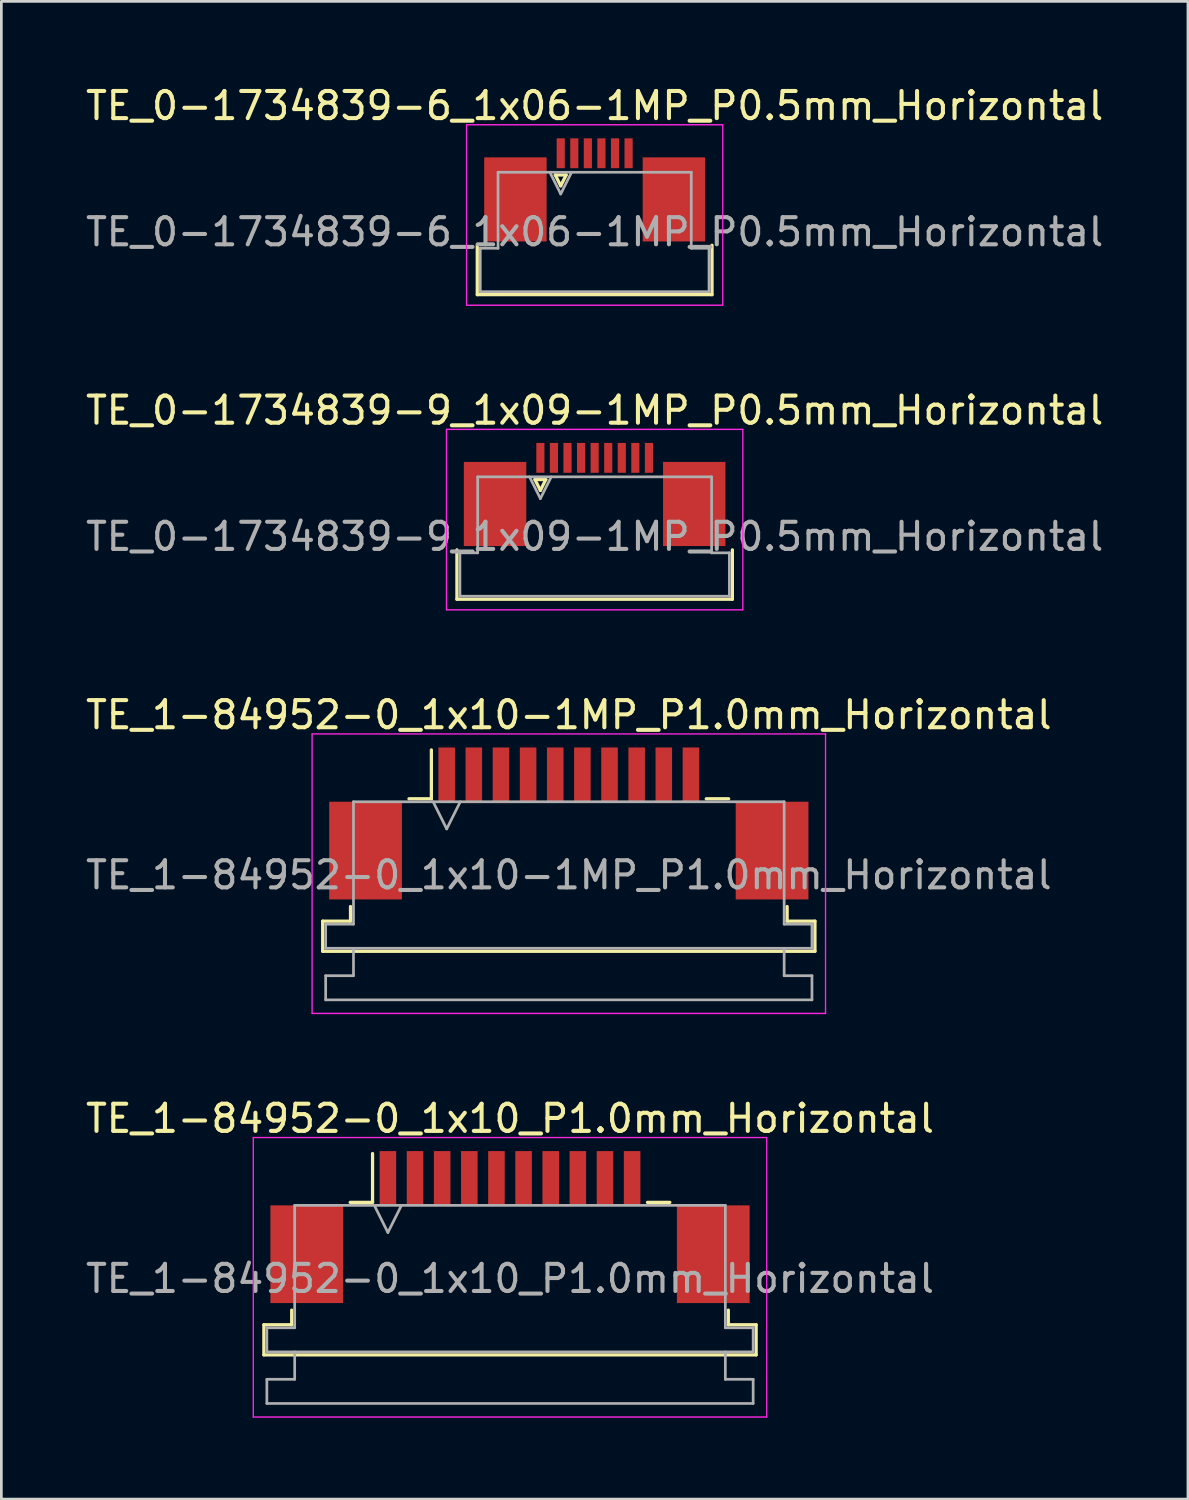
<source format=kicad_pcb>
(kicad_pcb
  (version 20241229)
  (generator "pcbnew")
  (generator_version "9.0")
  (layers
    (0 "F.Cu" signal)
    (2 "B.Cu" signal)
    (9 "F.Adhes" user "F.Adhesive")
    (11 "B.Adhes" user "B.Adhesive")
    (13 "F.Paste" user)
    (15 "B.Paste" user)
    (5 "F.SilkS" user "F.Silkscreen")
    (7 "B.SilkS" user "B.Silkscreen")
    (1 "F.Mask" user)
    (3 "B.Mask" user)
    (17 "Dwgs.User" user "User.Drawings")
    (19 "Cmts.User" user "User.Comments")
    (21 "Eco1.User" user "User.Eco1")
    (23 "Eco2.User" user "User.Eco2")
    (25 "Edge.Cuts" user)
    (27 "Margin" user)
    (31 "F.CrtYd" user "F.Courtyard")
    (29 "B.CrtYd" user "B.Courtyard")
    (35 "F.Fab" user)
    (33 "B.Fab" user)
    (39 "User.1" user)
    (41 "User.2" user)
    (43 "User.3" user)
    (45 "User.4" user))
  (footprint "TE_0-1734839-6_1x06-1MP_P0.5mm_Horizontal"
    (layer "F.Cu")
    (at 18.863 3.948)
    (property "Reference" "TE_0-1734839-6_1x06-1MP_P0.5mm_Horizontal" (at 0 -3.1 0) (layer "F.SilkS") (effects (font (size 1 1) (thickness 0.15))))
    (attr smd)
    (fp_line (start -4.325 3.86) (end -4.325 2.04) (stroke (width 0.12) (type solid)) (layer "F.SilkS"))
    (fp_line (start -1.45 -0.55) (end -1.25 -0.15) (stroke (width 0.12) (type solid)) (layer "F.SilkS"))
    (fp_line (start -1.25 -0.15) (end -1.05 -0.55) (stroke (width 0.12) (type solid)) (layer "F.SilkS"))
    (fp_line (start -1.05 -0.55) (end -1.45 -0.55) (stroke (width 0.12) (type solid)) (layer "F.SilkS"))
    (fp_line (start 4.325 2.04) (end 4.325 3.86) (stroke (width 0.12) (type solid)) (layer "F.SilkS"))
    (fp_line (start 4.325 3.86) (end -4.325 3.86) (stroke (width 0.12) (type solid)) (layer "F.SilkS"))
    (fp_line (start -4.72 -2.4) (end -4.72 4.25) (stroke (width 0.05) (type solid)) (layer "F.CrtYd"))
    (fp_line (start -4.72 4.25) (end 4.72 4.25) (stroke (width 0.05) (type solid)) (layer "F.CrtYd"))
    (fp_line (start 4.72 -2.4) (end -4.72 -2.4) (stroke (width 0.05) (type solid)) (layer "F.CrtYd"))
    (fp_line (start 4.72 4.25) (end 4.72 -2.4) (stroke (width 0.05) (type solid)) (layer "F.CrtYd"))
    (fp_line (start -4.215 2.15) (end -3.56 2.15) (stroke (width 0.1) (type solid)) (layer "F.Fab"))
    (fp_line (start -4.215 3.75) (end -4.215 2.15) (stroke (width 0.1) (type solid)) (layer "F.Fab"))
    (fp_line (start -3.56 -0.65) (end 3.56 -0.65) (stroke (width 0.1) (type solid)) (layer "F.Fab"))
    (fp_line (start -3.56 2.15) (end -3.56 -0.65) (stroke (width 0.1) (type solid)) (layer "F.Fab"))
    (fp_line (start -1.65 -0.65) (end -1.25 0.15) (stroke (width 0.1) (type solid)) (layer "F.Fab"))
    (fp_line (start -1.25 0.15) (end -0.85 -0.65) (stroke (width 0.1) (type solid)) (layer "F.Fab"))
    (fp_line (start 3.56 -0.65) (end 3.56 2.15) (stroke (width 0.1) (type solid)) (layer "F.Fab"))
    (fp_line (start 3.56 2.15) (end 4.215 2.15) (stroke (width 0.1) (type solid)) (layer "F.Fab"))
    (fp_line (start 4.215 2.15) (end 4.215 3.75) (stroke (width 0.1) (type solid)) (layer "F.Fab"))
    (fp_line (start 4.215 3.75) (end -4.215 3.75) (stroke (width 0.1) (type solid)) (layer "F.Fab"))
    (fp_text user "${REFERENCE}" (at 0 1.55 0) (layer "F.Fab") (effects (font (size 1 1) (thickness 0.15))))
    (pad "1" smd rect (at -1.25 -1.35) (size 0.3 1.1) (layers "F.Cu" "F.Mask" "F.Paste"))
    (pad "2" smd rect (at -0.75 -1.35) (size 0.3 1.1) (layers "F.Cu" "F.Mask" "F.Paste"))
    (pad "3" smd rect (at -0.25 -1.35) (size 0.3 1.1) (layers "F.Cu" "F.Mask" "F.Paste"))
    (pad "4" smd rect (at 0.25 -1.35) (size 0.3 1.1) (layers "F.Cu" "F.Mask" "F.Paste"))
    (pad "5" smd rect (at 0.75 -1.35) (size 0.3 1.1) (layers "F.Cu" "F.Mask" "F.Paste"))
    (pad "6" smd rect (at 1.25 -1.35) (size 0.3 1.1) (layers "F.Cu" "F.Mask" "F.Paste"))
    (pad "MP" smd rect (at -2.92 0.35) (size 2.3 3.1) (layers "F.Cu" "F.Mask" "F.Paste"))
    (pad "MP" smd rect (at 2.92 0.35) (size 2.3 3.1) (layers "F.Cu" "F.Mask" "F.Paste")))
  (footprint "TE_1-84952-0_1x10_P1.0mm_Horizontal"
    (layer "F.Cu")
    (at 15.744 42.168)
    (property "Reference" "TE_1-84952-0_1x10_P1.0mm_Horizontal" (at 0 -4 0) (layer "F.SilkS") (effects (font (size 1 1) (thickness 0.15))))
    (attr smd)
    (fp_line (start -9.07 3.6) (end -8.045 3.6) (stroke (width 0.12) (type solid)) (layer "F.SilkS"))
    (fp_line (start -9.07 4.71) (end -9.07 3.6) (stroke (width 0.12) (type solid)) (layer "F.SilkS"))
    (fp_line (start -8.045 3.6) (end -8.045 3.06) (stroke (width 0.12) (type solid)) (layer "F.SilkS"))
    (fp_line (start -5.89 -0.91) (end -5.065 -0.91) (stroke (width 0.12) (type solid)) (layer "F.SilkS"))
    (fp_line (start -5.065 -0.91) (end -5.065 -2.71) (stroke (width 0.12) (type solid)) (layer "F.SilkS"))
    (fp_line (start 5.065 -0.91) (end 5.89 -0.91) (stroke (width 0.12) (type solid)) (layer "F.SilkS"))
    (fp_line (start 8.045 3.06) (end 8.045 3.6) (stroke (width 0.12) (type solid)) (layer "F.SilkS"))
    (fp_line (start 8.045 3.6) (end 9.07 3.6) (stroke (width 0.12) (type solid)) (layer "F.SilkS"))
    (fp_line (start 9.07 3.6) (end 9.07 4.71) (stroke (width 0.12) (type solid)) (layer "F.SilkS"))
    (fp_line (start 9.07 4.71) (end -9.07 4.71) (stroke (width 0.12) (type solid)) (layer "F.SilkS"))
    (fp_line (start -9.46 -3.3) (end -9.46 7) (stroke (width 0.05) (type solid)) (layer "F.CrtYd"))
    (fp_line (start -9.46 7) (end 9.46 7) (stroke (width 0.05) (type solid)) (layer "F.CrtYd"))
    (fp_line (start 9.46 -3.3) (end -9.46 -3.3) (stroke (width 0.05) (type solid)) (layer "F.CrtYd"))
    (fp_line (start 9.46 7) (end 9.46 -3.3) (stroke (width 0.05) (type solid)) (layer "F.CrtYd"))
    (fp_line (start -8.96 3.71) (end -7.935 3.71) (stroke (width 0.1) (type solid)) (layer "F.Fab"))
    (fp_line (start -8.96 4.6) (end -8.96 3.71) (stroke (width 0.1) (type solid)) (layer "F.Fab"))
    (fp_line (start -8.96 5.61) (end -7.935 5.61) (stroke (width 0.1) (type solid)) (layer "F.Fab"))
    (fp_line (start -8.96 6.5) (end -8.96 5.61) (stroke (width 0.1) (type solid)) (layer "F.Fab"))
    (fp_line (start -7.935 -0.8) (end 7.935 -0.8) (stroke (width 0.1) (type solid)) (layer "F.Fab"))
    (fp_line (start -7.935 3.71) (end -7.935 -0.8) (stroke (width 0.1) (type solid)) (layer "F.Fab"))
    (fp_line (start -7.935 5.61) (end -7.935 4.6) (stroke (width 0.1) (type solid)) (layer "F.Fab"))
    (fp_line (start -5 -0.8) (end -4.5 0.2) (stroke (width 0.1) (type solid)) (layer "F.Fab"))
    (fp_line (start -4.5 0.2) (end -4 -0.8) (stroke (width 0.1) (type solid)) (layer "F.Fab"))
    (fp_line (start 7.935 -0.8) (end 7.935 3.71) (stroke (width 0.1) (type solid)) (layer "F.Fab"))
    (fp_line (start 7.935 3.71) (end 8.96 3.71) (stroke (width 0.1) (type solid)) (layer "F.Fab"))
    (fp_line (start 7.935 4.6) (end 7.935 5.61) (stroke (width 0.1) (type solid)) (layer "F.Fab"))
    (fp_line (start 7.935 5.61) (end 8.96 5.61) (stroke (width 0.1) (type solid)) (layer "F.Fab"))
    (fp_line (start 8.96 3.71) (end 8.96 4.6) (stroke (width 0.1) (type solid)) (layer "F.Fab"))
    (fp_line (start 8.96 4.6) (end -8.96 4.6) (stroke (width 0.1) (type solid)) (layer "F.Fab"))
    (fp_line (start 8.96 5.61) (end 8.96 6.5) (stroke (width 0.1) (type solid)) (layer "F.Fab"))
    (fp_line (start 8.96 6.5) (end -8.96 6.5) (stroke (width 0.1) (type solid)) (layer "F.Fab"))
    (fp_text user "${REFERENCE}" (at 0 1.9 0) (layer "F.Fab") (effects (font (size 1 1) (thickness 0.15))))
    (pad "" smd rect (at -7.49 1) (size 2.68 3.6) (layers "F.Cu" "F.Mask" "F.Paste"))
    (pad "" smd rect (at 7.49 1) (size 2.68 3.6) (layers "F.Cu" "F.Mask" "F.Paste"))
    (pad "1" smd rect (at -4.5 -1.8) (size 0.61 2) (layers "F.Cu" "F.Mask" "F.Paste"))
    (pad "2" smd rect (at -3.5 -1.8) (size 0.61 2) (layers "F.Cu" "F.Mask" "F.Paste"))
    (pad "3" smd rect (at -2.5 -1.8) (size 0.61 2) (layers "F.Cu" "F.Mask" "F.Paste"))
    (pad "4" smd rect (at -1.5 -1.8) (size 0.61 2) (layers "F.Cu" "F.Mask" "F.Paste"))
    (pad "5" smd rect (at -0.5 -1.8) (size 0.61 2) (layers "F.Cu" "F.Mask" "F.Paste"))
    (pad "6" smd rect (at 0.5 -1.8) (size 0.61 2) (layers "F.Cu" "F.Mask" "F.Paste"))
    (pad "7" smd rect (at 1.5 -1.8) (size 0.61 2) (layers "F.Cu" "F.Mask" "F.Paste"))
    (pad "8" smd rect (at 2.5 -1.8) (size 0.61 2) (layers "F.Cu" "F.Mask" "F.Paste"))
    (pad "9" smd rect (at 3.5 -1.8) (size 0.61 2) (layers "F.Cu" "F.Mask" "F.Paste"))
    (pad "10" smd rect (at 4.5 -1.8) (size 0.61 2) (layers "F.Cu" "F.Mask" "F.Paste")))
  (footprint "TE_1-84952-0_1x10-1MP_P1.0mm_Horizontal"
    (layer "F.Cu")
    (at 17.911 27.295)
    (property "Reference" "TE_1-84952-0_1x10-1MP_P1.0mm_Horizontal" (at 0 -4 0) (layer "F.SilkS") (effects (font (size 1 1) (thickness 0.15))))
    (attr smd)
    (fp_line (start -9.07 3.6) (end -8.045 3.6) (stroke (width 0.12) (type solid)) (layer "F.SilkS"))
    (fp_line (start -9.07 4.71) (end -9.07 3.6) (stroke (width 0.12) (type solid)) (layer "F.SilkS"))
    (fp_line (start -8.045 3.6) (end -8.045 3.06) (stroke (width 0.12) (type solid)) (layer "F.SilkS"))
    (fp_line (start -5.89 -0.91) (end -5.065 -0.91) (stroke (width 0.12) (type solid)) (layer "F.SilkS"))
    (fp_line (start -5.065 -0.91) (end -5.065 -2.71) (stroke (width 0.12) (type solid)) (layer "F.SilkS"))
    (fp_line (start 5.065 -0.91) (end 5.89 -0.91) (stroke (width 0.12) (type solid)) (layer "F.SilkS"))
    (fp_line (start 8.045 3.06) (end 8.045 3.6) (stroke (width 0.12) (type solid)) (layer "F.SilkS"))
    (fp_line (start 8.045 3.6) (end 9.07 3.6) (stroke (width 0.12) (type solid)) (layer "F.SilkS"))
    (fp_line (start 9.07 3.6) (end 9.07 4.71) (stroke (width 0.12) (type solid)) (layer "F.SilkS"))
    (fp_line (start 9.07 4.71) (end -9.07 4.71) (stroke (width 0.12) (type solid)) (layer "F.SilkS"))
    (fp_line (start -9.46 -3.3) (end -9.46 7) (stroke (width 0.05) (type solid)) (layer "F.CrtYd"))
    (fp_line (start -9.46 7) (end 9.46 7) (stroke (width 0.05) (type solid)) (layer "F.CrtYd"))
    (fp_line (start 9.46 -3.3) (end -9.46 -3.3) (stroke (width 0.05) (type solid)) (layer "F.CrtYd"))
    (fp_line (start 9.46 7) (end 9.46 -3.3) (stroke (width 0.05) (type solid)) (layer "F.CrtYd"))
    (fp_line (start -8.96 3.71) (end -7.935 3.71) (stroke (width 0.1) (type solid)) (layer "F.Fab"))
    (fp_line (start -8.96 4.6) (end -8.96 3.71) (stroke (width 0.1) (type solid)) (layer "F.Fab"))
    (fp_line (start -8.96 5.61) (end -7.935 5.61) (stroke (width 0.1) (type solid)) (layer "F.Fab"))
    (fp_line (start -8.96 6.5) (end -8.96 5.61) (stroke (width 0.1) (type solid)) (layer "F.Fab"))
    (fp_line (start -7.935 -0.8) (end 7.935 -0.8) (stroke (width 0.1) (type solid)) (layer "F.Fab"))
    (fp_line (start -7.935 3.71) (end -7.935 -0.8) (stroke (width 0.1) (type solid)) (layer "F.Fab"))
    (fp_line (start -7.935 5.61) (end -7.935 4.6) (stroke (width 0.1) (type solid)) (layer "F.Fab"))
    (fp_line (start -5 -0.8) (end -4.5 0.2) (stroke (width 0.1) (type solid)) (layer "F.Fab"))
    (fp_line (start -4.5 0.2) (end -4 -0.8) (stroke (width 0.1) (type solid)) (layer "F.Fab"))
    (fp_line (start 7.935 -0.8) (end 7.935 3.71) (stroke (width 0.1) (type solid)) (layer "F.Fab"))
    (fp_line (start 7.935 3.71) (end 8.96 3.71) (stroke (width 0.1) (type solid)) (layer "F.Fab"))
    (fp_line (start 7.935 4.6) (end 7.935 5.61) (stroke (width 0.1) (type solid)) (layer "F.Fab"))
    (fp_line (start 7.935 5.61) (end 8.96 5.61) (stroke (width 0.1) (type solid)) (layer "F.Fab"))
    (fp_line (start 8.96 3.71) (end 8.96 4.6) (stroke (width 0.1) (type solid)) (layer "F.Fab"))
    (fp_line (start 8.96 4.6) (end -8.96 4.6) (stroke (width 0.1) (type solid)) (layer "F.Fab"))
    (fp_line (start 8.96 5.61) (end 8.96 6.5) (stroke (width 0.1) (type solid)) (layer "F.Fab"))
    (fp_line (start 8.96 6.5) (end -8.96 6.5) (stroke (width 0.1) (type solid)) (layer "F.Fab"))
    (fp_text user "${REFERENCE}" (at 0 1.9 0) (layer "F.Fab") (effects (font (size 1 1) (thickness 0.15))))
    (pad "1" smd rect (at -4.5 -1.8) (size 0.61 2) (layers "F.Cu" "F.Mask" "F.Paste"))
    (pad "2" smd rect (at -3.5 -1.8) (size 0.61 2) (layers "F.Cu" "F.Mask" "F.Paste"))
    (pad "3" smd rect (at -2.5 -1.8) (size 0.61 2) (layers "F.Cu" "F.Mask" "F.Paste"))
    (pad "4" smd rect (at -1.5 -1.8) (size 0.61 2) (layers "F.Cu" "F.Mask" "F.Paste"))
    (pad "5" smd rect (at -0.5 -1.8) (size 0.61 2) (layers "F.Cu" "F.Mask" "F.Paste"))
    (pad "6" smd rect (at 0.5 -1.8) (size 0.61 2) (layers "F.Cu" "F.Mask" "F.Paste"))
    (pad "7" smd rect (at 1.5 -1.8) (size 0.61 2) (layers "F.Cu" "F.Mask" "F.Paste"))
    (pad "8" smd rect (at 2.5 -1.8) (size 0.61 2) (layers "F.Cu" "F.Mask" "F.Paste"))
    (pad "9" smd rect (at 3.5 -1.8) (size 0.61 2) (layers "F.Cu" "F.Mask" "F.Paste"))
    (pad "10" smd rect (at 4.5 -1.8) (size 0.61 2) (layers "F.Cu" "F.Mask" "F.Paste"))
    (pad "MP" smd rect (at -7.49 1) (size 2.68 3.6) (layers "F.Cu" "F.Mask" "F.Paste"))
    (pad "MP" smd rect (at 7.49 1) (size 2.68 3.6) (layers "F.Cu" "F.Mask" "F.Paste")))
  (footprint "TE_0-1734839-9_1x09-1MP_P0.5mm_Horizontal"
    (layer "F.Cu")
    (at 18.863 16.072)
    (property "Reference" "TE_0-1734839-9_1x09-1MP_P0.5mm_Horizontal" (at 0 -4 0) (layer "F.SilkS") (effects (font (size 1 1) (thickness 0.15))))
    (attr smd)
    (fp_line (start -5.075 2.96) (end -5.075 1.14) (stroke (width 0.12) (type solid)) (layer "F.SilkS"))
    (fp_line (start -2.2 -1.45) (end -2 -1.05) (stroke (width 0.12) (type solid)) (layer "F.SilkS"))
    (fp_line (start -2 -1.05) (end -1.8 -1.45) (stroke (width 0.12) (type solid)) (layer "F.SilkS"))
    (fp_line (start -1.8 -1.45) (end -2.2 -1.45) (stroke (width 0.12) (type solid)) (layer "F.SilkS"))
    (fp_line (start 5.075 1.14) (end 5.075 2.96) (stroke (width 0.12) (type solid)) (layer "F.SilkS"))
    (fp_line (start 5.075 2.96) (end -5.075 2.96) (stroke (width 0.12) (type solid)) (layer "F.SilkS"))
    (fp_line (start -5.46 -3.3) (end -5.46 3.35) (stroke (width 0.05) (type solid)) (layer "F.CrtYd"))
    (fp_line (start -5.46 3.35) (end 5.46 3.35) (stroke (width 0.05) (type solid)) (layer "F.CrtYd"))
    (fp_line (start 5.46 -3.3) (end -5.46 -3.3) (stroke (width 0.05) (type solid)) (layer "F.CrtYd"))
    (fp_line (start 5.46 3.35) (end 5.46 -3.3) (stroke (width 0.05) (type solid)) (layer "F.CrtYd"))
    (fp_line (start -4.965 1.25) (end -4.31 1.25) (stroke (width 0.1) (type solid)) (layer "F.Fab"))
    (fp_line (start -4.965 2.85) (end -4.965 1.25) (stroke (width 0.1) (type solid)) (layer "F.Fab"))
    (fp_line (start -4.31 -1.55) (end 4.31 -1.55) (stroke (width 0.1) (type solid)) (layer "F.Fab"))
    (fp_line (start -4.31 1.25) (end -4.31 -1.55) (stroke (width 0.1) (type solid)) (layer "F.Fab"))
    (fp_line (start -2.4 -1.55) (end -2 -0.75) (stroke (width 0.1) (type solid)) (layer "F.Fab"))
    (fp_line (start -2 -0.75) (end -1.6 -1.55) (stroke (width 0.1) (type solid)) (layer "F.Fab"))
    (fp_line (start 4.31 -1.55) (end 4.31 1.25) (stroke (width 0.1) (type solid)) (layer "F.Fab"))
    (fp_line (start 4.31 1.25) (end 4.965 1.25) (stroke (width 0.1) (type solid)) (layer "F.Fab"))
    (fp_line (start 4.965 1.25) (end 4.965 2.85) (stroke (width 0.1) (type solid)) (layer "F.Fab"))
    (fp_line (start 4.965 2.85) (end -4.965 2.85) (stroke (width 0.1) (type solid)) (layer "F.Fab"))
    (fp_text user "${REFERENCE}" (at 0 0.65 0) (layer "F.Fab") (effects (font (size 1 1) (thickness 0.15))))
    (pad "1" smd rect (at -2 -2.25) (size 0.3 1.1) (layers "F.Cu" "F.Mask" "F.Paste"))
    (pad "2" smd rect (at -1.5 -2.25) (size 0.3 1.1) (layers "F.Cu" "F.Mask" "F.Paste"))
    (pad "3" smd rect (at -1 -2.25) (size 0.3 1.1) (layers "F.Cu" "F.Mask" "F.Paste"))
    (pad "4" smd rect (at -0.5 -2.25) (size 0.3 1.1) (layers "F.Cu" "F.Mask" "F.Paste"))
    (pad "5" smd rect (at 0 -2.25) (size 0.3 1.1) (layers "F.Cu" "F.Mask" "F.Paste"))
    (pad "6" smd rect (at 0.5 -2.25) (size 0.3 1.1) (layers "F.Cu" "F.Mask" "F.Paste"))
    (pad "7" smd rect (at 1 -2.25) (size 0.3 1.1) (layers "F.Cu" "F.Mask" "F.Paste"))
    (pad "8" smd rect (at 1.5 -2.25) (size 0.3 1.1) (layers "F.Cu" "F.Mask" "F.Paste"))
    (pad "9" smd rect (at 2 -2.25) (size 0.3 1.1) (layers "F.Cu" "F.Mask" "F.Paste"))
    (pad "MP" smd rect (at -3.67 -0.55) (size 2.3 3.1) (layers "F.Cu" "F.Mask" "F.Paste"))
    (pad "MP" smd rect (at 3.67 -0.55) (size 2.3 3.1) (layers "F.Cu" "F.Mask" "F.Paste")))
  (gr_rect
    (start -3 -3)
    (end 40.726 52.193)
    (stroke (width 0.1) (type default))
    (fill no)
    (layer "Edge.Cuts")))
</source>
